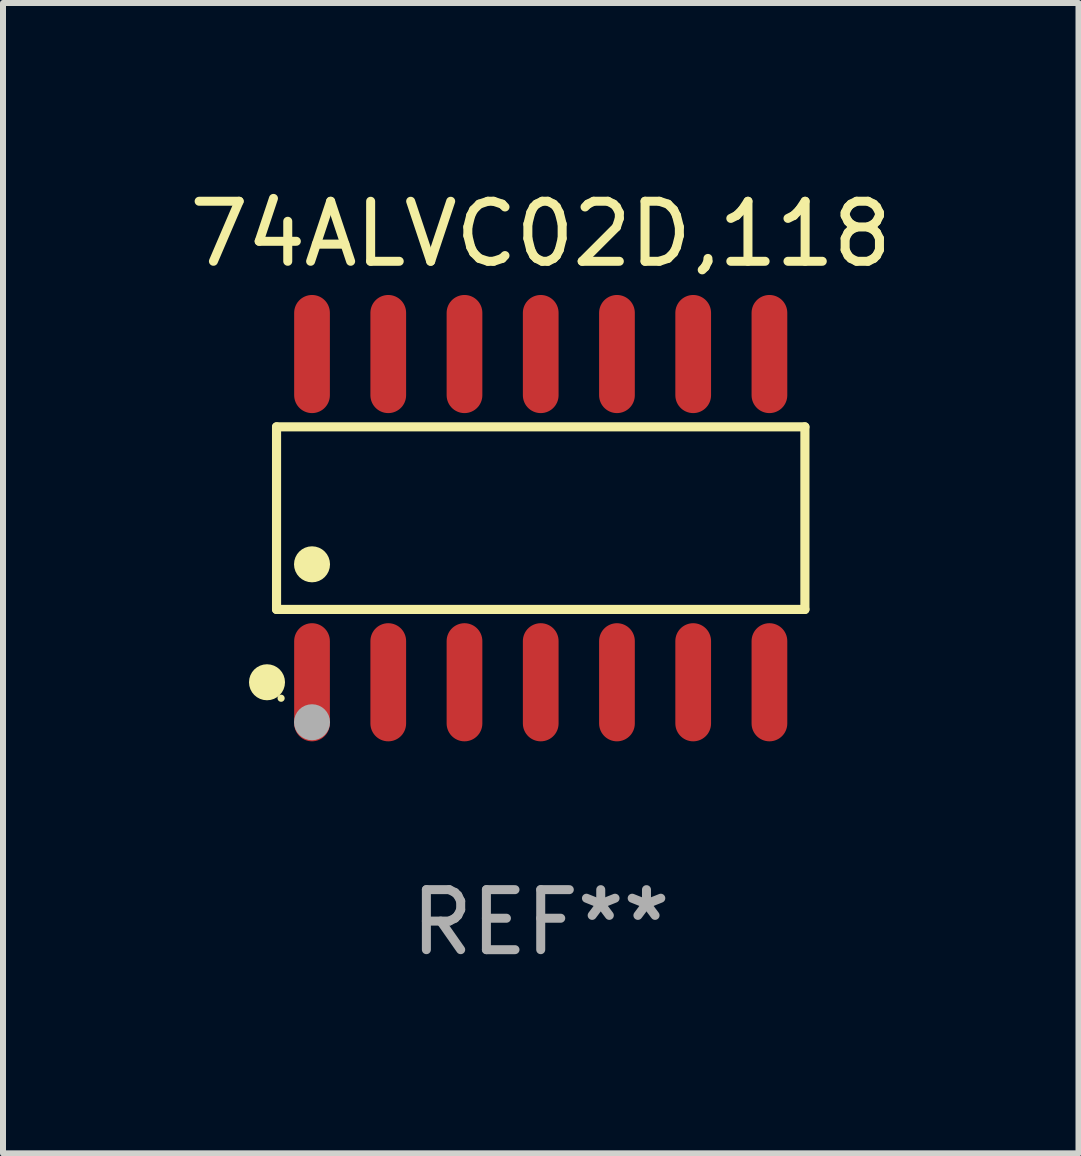
<source format=kicad_pcb>
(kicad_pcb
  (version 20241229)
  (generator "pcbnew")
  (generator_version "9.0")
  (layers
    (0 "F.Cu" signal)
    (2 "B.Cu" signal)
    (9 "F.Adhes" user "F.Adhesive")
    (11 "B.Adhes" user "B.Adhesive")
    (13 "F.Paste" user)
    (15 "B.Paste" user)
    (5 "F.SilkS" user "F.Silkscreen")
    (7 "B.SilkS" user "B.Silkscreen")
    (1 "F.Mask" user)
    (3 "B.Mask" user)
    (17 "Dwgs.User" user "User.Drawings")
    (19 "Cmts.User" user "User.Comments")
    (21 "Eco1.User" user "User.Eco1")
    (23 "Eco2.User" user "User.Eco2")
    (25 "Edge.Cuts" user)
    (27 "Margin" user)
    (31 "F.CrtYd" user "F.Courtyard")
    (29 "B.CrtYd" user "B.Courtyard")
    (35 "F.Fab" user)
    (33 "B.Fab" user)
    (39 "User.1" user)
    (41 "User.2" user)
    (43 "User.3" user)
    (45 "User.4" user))
  (footprint "74ALVC02D,118"
    (layer "F.Cu")
    (at 5.958 5.582)
    (property "Reference" "74ALVC02D,118" (at 0 -4.734 0) (layer "F.SilkS") (effects (font (size 1 1) (thickness 0.15))))
    (attr through_hole)
    (fp_line (start -4.401 -1.521) (end 4.401 -1.521) (stroke (width 0.152) (type solid)) (layer "F.SilkS"))
    (fp_line (start -4.401 1.521) (end -4.401 -1.521) (stroke (width 0.152) (type solid)) (layer "F.SilkS"))
    (fp_line (start 4.401 -1.521) (end 4.401 1.521) (stroke (width 0.152) (type solid)) (layer "F.SilkS"))
    (fp_line (start 4.401 1.521) (end -4.401 1.521) (stroke (width 0.152) (type solid)) (layer "F.SilkS"))
    (fp_circle (center -4.56 2.734) (end -4.41 2.734) (stroke (width 0.3) (type solid)) (fill no) (layer "F.SilkS"))
    (fp_circle (center -4.325 3) (end -4.295 3) (stroke (width 0.06) (type solid)) (fill no) (layer "F.SilkS"))
    (fp_circle (center -3.81 0.769) (end -3.66 0.769) (stroke (width 0.3) (type solid)) (fill no) (layer "F.SilkS"))
    (fp_circle (center -3.81 3.4) (end -3.66 3.4) (stroke (width 0.3) (type solid)) (fill no) (layer "F.Fab"))
    (fp_text user "REF**" (at 0 6.734 0) (layer "F.Fab") (effects (font (size 1 1) (thickness 0.15))))
    (pad "1" smd oval (at -3.81 2.734) (size 0.595 1.968) (layers "F.Cu" "F.Mask" "F.Paste"))
    (pad "2" smd oval (at -2.54 2.734) (size 0.595 1.968) (layers "F.Cu" "F.Mask" "F.Paste"))
    (pad "3" smd oval (at -1.27 2.734) (size 0.595 1.968) (layers "F.Cu" "F.Mask" "F.Paste"))
    (pad "4" smd oval (at 0 2.734) (size 0.595 1.968) (layers "F.Cu" "F.Mask" "F.Paste"))
    (pad "5" smd oval (at 1.27 2.734) (size 0.595 1.968) (layers "F.Cu" "F.Mask" "F.Paste"))
    (pad "6" smd oval (at 2.54 2.734) (size 0.595 1.968) (layers "F.Cu" "F.Mask" "F.Paste"))
    (pad "7" smd oval (at 3.81 2.734) (size 0.595 1.968) (layers "F.Cu" "F.Mask" "F.Paste"))
    (pad "8" smd oval (at 3.81 -2.734) (size 0.595 1.968) (layers "F.Cu" "F.Mask" "F.Paste"))
    (pad "9" smd oval (at 2.54 -2.734) (size 0.595 1.968) (layers "F.Cu" "F.Mask" "F.Paste"))
    (pad "10" smd oval (at 1.27 -2.734) (size 0.595 1.968) (layers "F.Cu" "F.Mask" "F.Paste"))
    (pad "11" smd oval (at 0 -2.734) (size 0.595 1.968) (layers "F.Cu" "F.Mask" "F.Paste"))
    (pad "12" smd oval (at -1.27 -2.734) (size 0.595 1.968) (layers "F.Cu" "F.Mask" "F.Paste"))
    (pad "13" smd oval (at -2.54 -2.734) (size 0.595 1.968) (layers "F.Cu" "F.Mask" "F.Paste"))
    (pad "14" smd oval (at -3.81 -2.734) (size 0.595 1.968) (layers "F.Cu" "F.Mask" "F.Paste")))
  (gr_rect
    (start -3 -3)
    (end 14.917 16.164)
    (stroke (width 0.1) (type default))
    (fill no)
    (layer "Edge.Cuts")))
</source>
